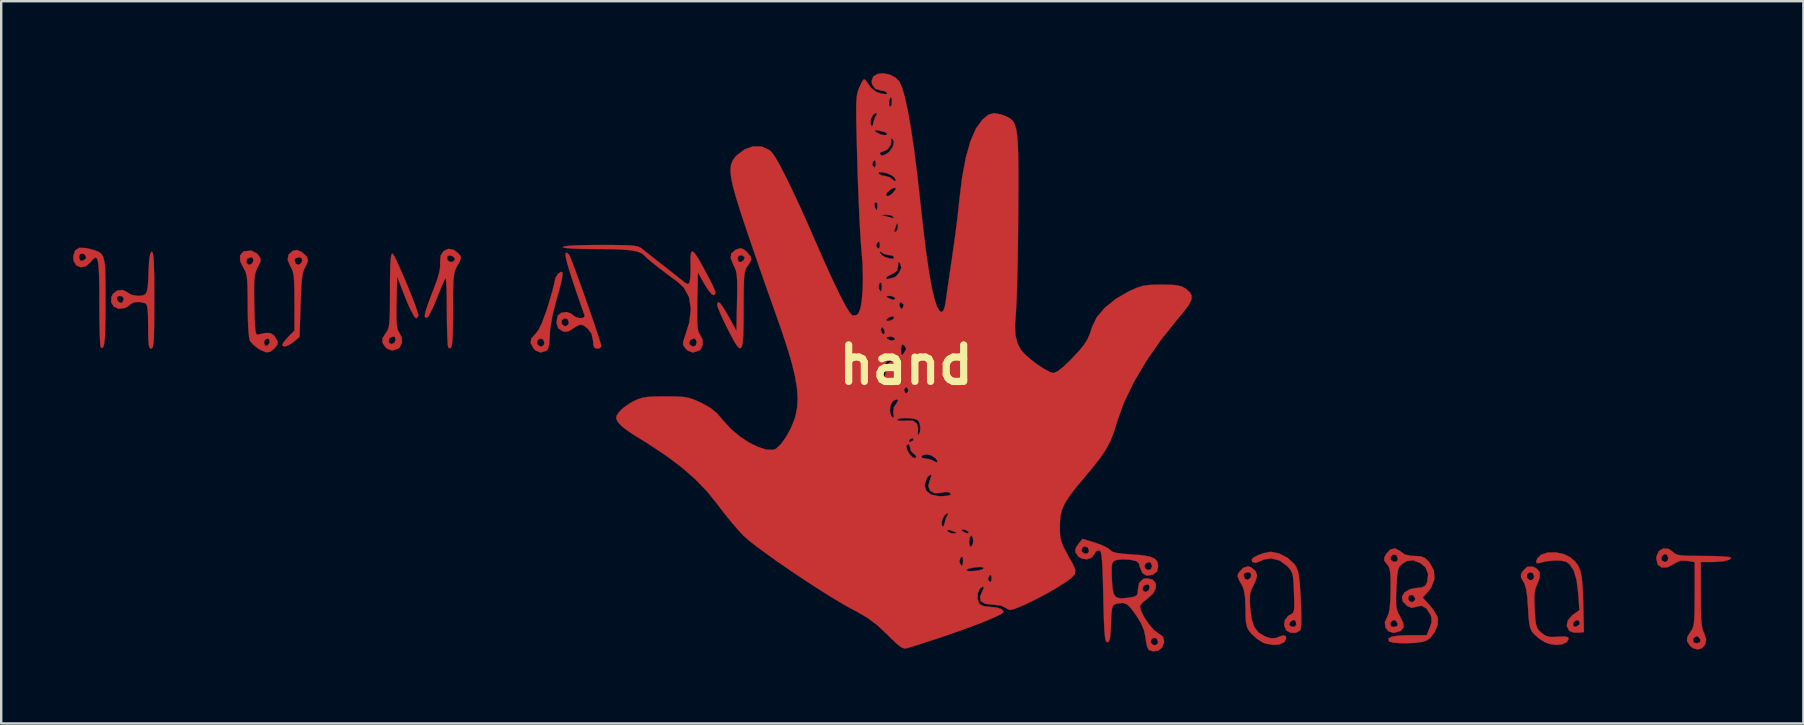
<source format=kicad_pcb>
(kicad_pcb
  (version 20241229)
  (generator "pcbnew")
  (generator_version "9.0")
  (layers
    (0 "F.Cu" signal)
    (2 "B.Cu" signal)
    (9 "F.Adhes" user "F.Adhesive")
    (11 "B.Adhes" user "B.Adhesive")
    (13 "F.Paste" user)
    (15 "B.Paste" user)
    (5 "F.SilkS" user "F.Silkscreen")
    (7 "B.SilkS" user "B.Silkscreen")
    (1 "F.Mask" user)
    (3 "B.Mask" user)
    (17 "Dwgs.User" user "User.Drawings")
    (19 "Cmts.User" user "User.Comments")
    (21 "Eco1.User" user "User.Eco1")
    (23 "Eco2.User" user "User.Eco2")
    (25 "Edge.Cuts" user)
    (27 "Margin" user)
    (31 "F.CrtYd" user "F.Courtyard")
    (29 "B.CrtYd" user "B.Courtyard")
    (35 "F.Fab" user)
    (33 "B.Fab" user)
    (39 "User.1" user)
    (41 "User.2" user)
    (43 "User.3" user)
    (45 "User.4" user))
  (footprint "hand"
    (layer "F.Cu")
    (at 34.703 12.152)
    (property "Reference" "hand" (at 0 0 0) (layer "F.SilkS") (effects (font (size 1.524 1.524) (thickness 0.3))))
    (attr through_hole)
    (fp_poly (pts (xy -14.332 -3.867) (xy -14.316 -3.761) (xy -14.357 -3.507) (xy -14.455 -3.117) (xy -14.541 -2.817) (xy -14.733 -2.086) (xy -14.833 -1.492) (xy -14.848 -1.246) (xy -14.869 -0.889) (xy -14.92 -0.676) (xy -14.986 -0.591) (xy -15.232 -0.513) (xy -15.447 -0.601) (xy -15.532 -0.696) (xy -15.624 -0.874) (xy -15.378 -0.874) (xy -15.268 -0.775) (xy -15.193 -0.762) (xy -15.094 -0.832) (xy -15.071 -0.931) (xy -15.131 -1.068) (xy -15.259 -1.097) (xy -15.367 -1.016) (xy -15.378 -0.874) (xy -15.624 -0.874) (xy -15.646 -0.918) (xy -15.621 -1.097) (xy -15.449 -1.288) (xy -15.312 -1.463) (xy -15.166 -1.767) (xy -15.002 -2.215) (xy -14.941 -2.402) (xy -14.824 -2.784) (xy -14.729 -3.116) (xy -14.667 -3.359) (xy -14.647 -3.469) (xy -14.603 -3.644) (xy -14.5 -3.798) (xy -14.383 -3.875) (xy -14.332 -3.867)) (stroke (width 0.01) (type solid)) (fill yes) (layer "F.Cu"))
    (fp_poly (pts (xy -25.178 -4.7) (xy -24.97 -4.517) (xy -24.922 -4.326) (xy -25.025 -4.093) (xy -25.031 -4.085) (xy -25.093 -3.968) (xy -25.14 -3.811) (xy -25.174 -3.585) (xy -25.2 -3.262) (xy -25.22 -2.812) (xy -25.231 -2.511) (xy -25.273 -1.17) (xy -25.511 -0.966) (xy -25.719 -0.822) (xy -25.89 -0.763) (xy -25.985 -0.801) (xy -25.993 -0.84) (xy -25.938 -0.944) (xy -25.799 -1.109) (xy -25.739 -1.172) (xy -25.485 -1.426) (xy -25.485 -2.629) (xy -25.487 -3.119) (xy -25.498 -3.471) (xy -25.519 -3.719) (xy -25.556 -3.896) (xy -25.612 -4.033) (xy -25.655 -4.108) (xy -25.765 -4.374) (xy -25.485 -4.374) (xy -25.431 -4.213) (xy -25.315 -4.168) (xy -25.2 -4.244) (xy -25.161 -4.346) (xy -25.197 -4.463) (xy -25.309 -4.487) (xy -25.45 -4.442) (xy -25.485 -4.374) (xy -25.765 -4.374) (xy -25.769 -4.385) (xy -25.728 -4.601) (xy -25.554 -4.75) (xy -25.379 -4.789) (xy -25.178 -4.7)) (stroke (width 0.01) (type solid)) (fill yes) (layer "F.Cu"))
    (fp_poly (pts (xy 27.416 7.889) (xy 27.675 8.022) (xy 27.857 8.176) (xy 27.99 8.345) (xy 28.083 8.56) (xy 28.144 8.849) (xy 28.181 9.242) (xy 28.203 9.769) (xy 28.207 9.906) (xy 28.236 11.134) (xy 27.982 11.159) (xy 27.765 11.144) (xy 27.622 11.078) (xy 27.519 10.873) (xy 27.538 10.782) (xy 27.785 10.782) (xy 27.803 10.9) (xy 27.911 10.907) (xy 28.042 10.825) (xy 28.067 10.752) (xy 28.014 10.644) (xy 27.903 10.637) (xy 27.805 10.725) (xy 27.785 10.782) (xy 27.538 10.782) (xy 27.565 10.644) (xy 27.752 10.428) (xy 27.782 10.406) (xy 28.048 10.217) (xy 27.998 9.515) (xy 27.93 8.965) (xy 27.81 8.565) (xy 27.634 8.302) (xy 27.503 8.206) (xy 27.302 8.157) (xy 27.008 8.149) (xy 26.692 8.178) (xy 26.424 8.243) (xy 26.395 8.254) (xy 26.273 8.265) (xy 26.245 8.185) (xy 26.303 8.056) (xy 26.44 7.921) (xy 26.46 7.907) (xy 26.729 7.816) (xy 27.07 7.812) (xy 27.416 7.889)) (stroke (width 0.01) (type solid)) (fill yes) (layer "F.Cu"))
    (fp_poly (pts (xy -34.188 -4.871) (xy -33.997 -4.827) (xy -33.797 -4.77) (xy -33.644 -4.711) (xy -33.531 -4.627) (xy -33.453 -4.499) (xy -33.403 -4.303) (xy -33.374 -4.018) (xy -33.362 -3.623) (xy -33.359 -3.095) (xy -33.359 -2.624) (xy -33.361 -1.967) (xy -33.371 -1.464) (xy -33.388 -1.101) (xy -33.416 -0.863) (xy -33.454 -0.735) (xy -33.505 -0.702) (xy -33.559 -0.736) (xy -33.575 -0.833) (xy -33.589 -1.074) (xy -33.6 -1.433) (xy -33.608 -1.885) (xy -33.612 -2.404) (xy -33.613 -2.591) (xy -33.615 -3.249) (xy -33.626 -3.75) (xy -33.646 -4.109) (xy -33.679 -4.34) (xy -33.729 -4.455) (xy -33.797 -4.469) (xy -33.887 -4.395) (xy -33.971 -4.289) (xy -34.176 -4.108) (xy -34.392 -4.066) (xy -34.577 -4.147) (xy -34.688 -4.337) (xy -34.696 -4.487) (xy -34.459 -4.487) (xy -34.416 -4.348) (xy -34.311 -4.334) (xy -34.185 -4.418) (xy -34.163 -4.487) (xy -34.233 -4.607) (xy -34.311 -4.641) (xy -34.431 -4.611) (xy -34.459 -4.487) (xy -34.696 -4.487) (xy -34.698 -4.537) (xy -34.624 -4.767) (xy -34.46 -4.876) (xy -34.188 -4.871)) (stroke (width 0.01) (type solid)) (fill yes) (layer "F.Cu"))
    (fp_poly (pts (xy 14.367 8.43) (xy 14.564 8.598) (xy 14.62 8.788) (xy 14.543 9.039) (xy 14.485 9.15) (xy 14.38 9.359) (xy 14.327 9.554) (xy 14.315 9.797) (xy 14.333 10.134) (xy 14.393 10.595) (xy 14.503 10.922) (xy 14.68 11.149) (xy 14.941 11.307) (xy 14.965 11.317) (xy 15.22 11.395) (xy 15.42 11.373) (xy 15.47 11.352) (xy 15.695 11.271) (xy 15.808 11.291) (xy 15.833 11.385) (xy 15.76 11.545) (xy 15.568 11.642) (xy 15.298 11.668) (xy 14.991 11.615) (xy 14.855 11.565) (xy 14.628 11.423) (xy 14.402 11.22) (xy 14.368 11.181) (xy 14.256 11.033) (xy 14.188 10.886) (xy 14.153 10.691) (xy 14.14 10.401) (xy 14.138 10.175) (xy 14.119 9.684) (xy 14.062 9.348) (xy 14.014 9.229) (xy 13.876 8.98) (xy 13.816 8.827) (xy 13.818 8.749) (xy 14.055 8.749) (xy 14.108 8.91) (xy 14.225 8.956) (xy 14.339 8.879) (xy 14.378 8.777) (xy 14.342 8.661) (xy 14.23 8.636) (xy 14.09 8.682) (xy 14.055 8.749) (xy 13.818 8.749) (xy 13.819 8.724) (xy 13.856 8.651) (xy 14.043 8.453) (xy 14.246 8.391) (xy 14.367 8.43)) (stroke (width 0.01) (type solid)) (fill yes) (layer "F.Cu"))
    (fp_poly (pts (xy 26.252 8.47) (xy 26.392 8.629) (xy 26.391 8.88) (xy 26.278 9.165) (xy 26.209 9.343) (xy 26.174 9.569) (xy 26.17 9.886) (xy 26.184 10.194) (xy 26.209 10.563) (xy 26.241 10.806) (xy 26.293 10.963) (xy 26.376 11.079) (xy 26.464 11.16) (xy 26.635 11.282) (xy 26.817 11.334) (xy 27.081 11.332) (xy 27.151 11.326) (xy 27.431 11.316) (xy 27.571 11.345) (xy 27.601 11.399) (xy 27.528 11.55) (xy 27.336 11.642) (xy 27.07 11.667) (xy 26.771 11.617) (xy 26.628 11.564) (xy 26.388 11.419) (xy 26.166 11.226) (xy 26.163 11.223) (xy 26.065 11.101) (xy 26 10.961) (xy 25.957 10.764) (xy 25.929 10.47) (xy 25.909 10.129) (xy 25.876 9.665) (xy 25.828 9.338) (xy 25.759 9.116) (xy 25.712 9.028) (xy 25.619 8.863) (xy 25.855 8.863) (xy 25.965 8.962) (xy 26.04 8.975) (xy 26.139 8.904) (xy 26.162 8.805) (xy 26.102 8.669) (xy 25.973 8.639) (xy 25.866 8.721) (xy 25.855 8.863) (xy 25.619 8.863) (xy 25.613 8.853) (xy 25.615 8.726) (xy 25.692 8.588) (xy 25.867 8.416) (xy 26.08 8.4) (xy 26.252 8.47)) (stroke (width 0.01) (type solid)) (fill yes) (layer "F.Cu"))
    (fp_poly (pts (xy -6.761 -4.81) (xy -6.642 -4.703) (xy -6.483 -4.521) (xy -6.451 -4.378) (xy -6.541 -4.208) (xy -6.604 -4.126) (xy -6.663 -4.038) (xy -6.707 -3.933) (xy -6.737 -3.782) (xy -6.757 -3.562) (xy -6.768 -3.246) (xy -6.772 -2.81) (xy -6.773 -2.294) (xy -6.776 -1.661) (xy -6.79 -1.191) (xy -6.819 -0.877) (xy -6.869 -0.712) (xy -6.947 -0.692) (xy -7.058 -0.807) (xy -7.207 -1.054) (xy -7.4 -1.424) (xy -7.45 -1.522) (xy -7.621 -1.875) (xy -7.759 -2.18) (xy -7.849 -2.402) (xy -7.874 -2.496) (xy -7.847 -2.615) (xy -7.763 -2.582) (xy -7.622 -2.395) (xy -7.42 -2.053) (xy -7.401 -2.019) (xy -7.07 -1.413) (xy -7.046 -2.633) (xy -7.038 -3.123) (xy -7.04 -3.476) (xy -7.056 -3.727) (xy -7.087 -3.908) (xy -7.138 -4.052) (xy -7.194 -4.161) (xy -7.311 -4.438) (xy -7.308 -4.459) (xy -7.027 -4.459) (xy -6.99 -4.316) (xy -6.972 -4.291) (xy -6.874 -4.285) (xy -6.769 -4.366) (xy -6.728 -4.473) (xy -6.737 -4.497) (xy -6.848 -4.568) (xy -6.974 -4.547) (xy -7.027 -4.459) (xy -7.308 -4.459) (xy -7.291 -4.635) (xy -7.129 -4.781) (xy -7.061 -4.814) (xy -6.897 -4.863) (xy -6.761 -4.81)) (stroke (width 0.01) (type solid)) (fill yes) (layer "F.Cu"))
    (fp_poly (pts (xy -21.339 -4.551) (xy -21.232 -4.341) (xy -21.093 -4.037) (xy -20.934 -3.673) (xy -20.769 -3.281) (xy -20.612 -2.893) (xy -20.477 -2.543) (xy -20.377 -2.262) (xy -20.326 -2.084) (xy -20.322 -2.053) (xy -20.386 -1.955) (xy -20.426 -1.947) (xy -20.498 -2.022) (xy -20.611 -2.223) (xy -20.748 -2.518) (xy -20.87 -2.815) (xy -21.209 -3.683) (xy -21.233 -2.592) (xy -21.239 -2.12) (xy -21.233 -1.788) (xy -21.212 -1.567) (xy -21.173 -1.429) (xy -21.127 -1.358) (xy -21.017 -1.144) (xy -21.01 -0.91) (xy -21.104 -0.723) (xy -21.161 -0.68) (xy -21.412 -0.598) (xy -21.616 -0.666) (xy -21.704 -0.748) (xy -21.824 -0.934) (xy -21.82 -0.995) (xy -21.57 -0.995) (xy -21.545 -0.927) (xy -21.436 -0.864) (xy -21.32 -0.928) (xy -21.266 -1.044) (xy -21.302 -1.165) (xy -21.367 -1.185) (xy -21.521 -1.127) (xy -21.57 -0.995) (xy -21.82 -0.995) (xy -21.812 -1.116) (xy -21.675 -1.332) (xy -21.615 -1.42) (xy -21.571 -1.528) (xy -21.54 -1.682) (xy -21.521 -1.906) (xy -21.51 -2.228) (xy -21.506 -2.674) (xy -21.505 -3.109) (xy -21.503 -3.682) (xy -21.494 -4.103) (xy -21.479 -4.391) (xy -21.455 -4.561) (xy -21.422 -4.632) (xy -21.4 -4.636) (xy -21.339 -4.551)) (stroke (width 0.01) (type solid)) (fill yes) (layer "F.Cu"))
    (fp_poly (pts (xy 15.552 7.86) (xy 15.9 8.044) (xy 16.176 8.304) (xy 16.191 8.325) (xy 16.268 8.452) (xy 16.324 8.605) (xy 16.366 8.817) (xy 16.398 9.12) (xy 16.426 9.546) (xy 16.439 9.772) (xy 16.461 10.338) (xy 16.462 10.742) (xy 16.44 10.987) (xy 16.41 11.067) (xy 16.238 11.161) (xy 16.017 11.16) (xy 15.85 11.074) (xy 15.747 10.868) (xy 15.752 10.823) (xy 15.957 10.823) (xy 15.966 10.847) (xy 16.077 10.918) (xy 16.203 10.897) (xy 16.256 10.809) (xy 16.219 10.666) (xy 16.2 10.641) (xy 16.103 10.635) (xy 15.998 10.716) (xy 15.957 10.823) (xy 15.752 10.823) (xy 15.772 10.639) (xy 15.912 10.457) (xy 15.968 10.426) (xy 16.067 10.374) (xy 16.13 10.307) (xy 16.162 10.189) (xy 16.171 9.986) (xy 16.164 9.663) (xy 16.158 9.486) (xy 16.142 9.097) (xy 16.118 8.836) (xy 16.076 8.661) (xy 16.005 8.53) (xy 15.895 8.403) (xy 15.881 8.388) (xy 15.565 8.155) (xy 15.218 8.061) (xy 14.88 8.115) (xy 14.792 8.158) (xy 14.566 8.248) (xy 14.427 8.219) (xy 14.393 8.119) (xy 14.467 8.029) (xy 14.651 7.93) (xy 14.889 7.844) (xy 15.125 7.794) (xy 15.203 7.789) (xy 15.552 7.86)) (stroke (width 0.01) (type solid)) (fill yes) (layer "F.Cu"))
    (fp_poly (pts (xy -14.066 -4.617) (xy -14.051 -4.603) (xy -14.003 -4.504) (xy -13.911 -4.273) (xy -13.784 -3.936) (xy -13.632 -3.523) (xy -13.466 -3.06) (xy -13.295 -2.576) (xy -13.128 -2.097) (xy -12.976 -1.653) (xy -12.849 -1.27) (xy -12.755 -0.976) (xy -12.705 -0.8) (xy -12.7 -0.767) (xy -12.771 -0.694) (xy -12.869 -0.677) (xy -12.985 -0.71) (xy -13.033 -0.838) (xy -13.039 -0.978) (xy -13.11 -1.302) (xy -13.246 -1.486) (xy -13.431 -1.643) (xy -13.585 -1.678) (xy -13.771 -1.591) (xy -13.887 -1.51) (xy -14.079 -1.392) (xy -14.232 -1.38) (xy -14.349 -1.423) (xy -14.504 -1.537) (xy -14.559 -1.721) (xy -14.362 -1.721) (xy -14.252 -1.621) (xy -14.177 -1.609) (xy -14.078 -1.679) (xy -14.055 -1.778) (xy -14.115 -1.914) (xy -14.243 -1.944) (xy -14.351 -1.863) (xy -14.362 -1.721) (xy -14.559 -1.721) (xy -14.56 -1.725) (xy -14.563 -1.809) (xy -14.519 -2.05) (xy -14.371 -2.172) (xy -14.143 -2.201) (xy -13.962 -2.14) (xy -13.885 -2.074) (xy -13.755 -1.987) (xy -13.588 -1.949) (xy -13.447 -1.963) (xy -13.392 -2.033) (xy -13.397 -2.053) (xy -13.665 -2.822) (xy -13.876 -3.443) (xy -14.032 -3.926) (xy -14.134 -4.28) (xy -14.186 -4.517) (xy -14.191 -4.645) (xy -14.15 -4.675) (xy -14.066 -4.617)) (stroke (width 0.01) (type solid)) (fill yes) (layer "F.Cu"))
    (fp_poly (pts (xy -18.84 -4.789) (xy -18.663 -4.65) (xy -18.569 -4.533) (xy -18.553 -4.431) (xy -18.616 -4.28) (xy -18.692 -4.146) (xy -18.759 -4.02) (xy -18.808 -3.889) (xy -18.841 -3.726) (xy -18.863 -3.502) (xy -18.875 -3.19) (xy -18.88 -2.762) (xy -18.881 -2.248) (xy -18.883 -1.667) (xy -18.893 -1.238) (xy -18.911 -0.944) (xy -18.941 -0.769) (xy -18.984 -0.694) (xy -19.043 -0.704) (xy -19.078 -0.734) (xy -19.097 -0.833) (xy -19.113 -1.073) (xy -19.125 -1.424) (xy -19.133 -1.858) (xy -19.135 -2.23) (xy -19.138 -2.697) (xy -19.146 -3.094) (xy -19.159 -3.396) (xy -19.176 -3.575) (xy -19.191 -3.613) (xy -19.244 -3.514) (xy -19.341 -3.295) (xy -19.467 -2.991) (xy -19.551 -2.78) (xy -19.69 -2.446) (xy -19.82 -2.176) (xy -19.92 -2.007) (xy -19.96 -1.968) (xy -20.036 -1.97) (xy -20.056 -2.055) (xy -20.019 -2.24) (xy -19.92 -2.543) (xy -19.755 -2.979) (xy -19.722 -3.063) (xy -19.553 -3.516) (xy -19.453 -3.851) (xy -19.413 -4.102) (xy -19.418 -4.256) (xy -19.404 -4.433) (xy -19.124 -4.433) (xy -19.106 -4.365) (xy -19.009 -4.288) (xy -18.876 -4.303) (xy -18.797 -4.396) (xy -18.796 -4.414) (xy -18.864 -4.507) (xy -19.002 -4.563) (xy -19.106 -4.544) (xy -19.124 -4.433) (xy -19.404 -4.433) (xy -19.395 -4.55) (xy -19.266 -4.749) (xy -19.069 -4.835) (xy -18.84 -4.789)) (stroke (width 0.01) (type solid)) (fill yes) (layer "F.Cu"))
    (fp_poly (pts (xy -31.398 -4.697) (xy -31.371 -4.589) (xy -31.352 -4.381) (xy -31.338 -4.058) (xy -31.33 -3.603) (xy -31.327 -3.001) (xy -31.327 -2.716) (xy -31.328 -2.069) (xy -31.332 -1.571) (xy -31.341 -1.206) (xy -31.355 -0.952) (xy -31.377 -0.793) (xy -31.406 -0.708) (xy -31.444 -0.678) (xy -31.454 -0.677) (xy -31.511 -0.704) (xy -31.548 -0.802) (xy -31.57 -0.999) (xy -31.579 -1.321) (xy -31.581 -1.6) (xy -31.585 -2.018) (xy -31.599 -2.297) (xy -31.628 -2.464) (xy -31.676 -2.55) (xy -31.715 -2.573) (xy -31.941 -2.621) (xy -32.16 -2.609) (xy -32.298 -2.542) (xy -32.304 -2.535) (xy -32.42 -2.438) (xy -32.568 -2.365) (xy -32.822 -2.337) (xy -33.018 -2.433) (xy -33.124 -2.615) (xy -33.117 -2.725) (xy -32.884 -2.725) (xy -32.802 -2.62) (xy -32.696 -2.579) (xy -32.672 -2.588) (xy -32.603 -2.705) (xy -32.597 -2.757) (xy -32.66 -2.859) (xy -32.793 -2.872) (xy -32.878 -2.823) (xy -32.884 -2.725) (xy -33.117 -2.725) (xy -33.109 -2.842) (xy -33.048 -2.958) (xy -32.865 -3.099) (xy -32.639 -3.122) (xy -32.443 -3.023) (xy -32.427 -3.006) (xy -32.271 -2.919) (xy -32.024 -2.879) (xy -31.995 -2.879) (xy -31.83 -2.887) (xy -31.716 -2.929) (xy -31.643 -3.032) (xy -31.6 -3.223) (xy -31.576 -3.53) (xy -31.56 -3.973) (xy -31.535 -4.386) (xy -31.49 -4.635) (xy -31.433 -4.72) (xy -31.398 -4.697)) (stroke (width 0.01) (type solid)) (fill yes) (layer "F.Cu"))
    (fp_poly (pts (xy -27.046 -4.64) (xy -26.967 -4.547) (xy -26.898 -4.416) (xy -26.91 -4.282) (xy -27.011 -4.077) (xy -27.014 -4.07) (xy -27.081 -3.936) (xy -27.126 -3.789) (xy -27.153 -3.597) (xy -27.166 -3.329) (xy -27.167 -2.951) (xy -27.16 -2.498) (xy -27.148 -2.003) (xy -27.133 -1.655) (xy -27.113 -1.431) (xy -27.083 -1.307) (xy -27.042 -1.261) (xy -27.009 -1.261) (xy -26.696 -1.33) (xy -26.494 -1.326) (xy -26.358 -1.246) (xy -26.299 -1.175) (xy -26.186 -0.986) (xy -26.188 -0.852) (xy -26.308 -0.7) (xy -26.331 -0.677) (xy -26.5 -0.545) (xy -26.665 -0.524) (xy -26.883 -0.615) (xy -26.982 -0.673) (xy -27.188 -0.829) (xy -27.274 -0.924) (xy -26.755 -0.924) (xy -26.71 -0.8) (xy -26.616 -0.797) (xy -26.531 -0.906) (xy -26.516 -0.96) (xy -26.552 -1.08) (xy -26.621 -1.101) (xy -26.731 -1.029) (xy -26.755 -0.924) (xy -27.274 -0.924) (xy -27.333 -0.99) (xy -27.342 -1.006) (xy -27.376 -1.154) (xy -27.404 -1.443) (xy -27.423 -1.843) (xy -27.432 -2.326) (xy -27.433 -2.471) (xy -27.435 -2.978) (xy -27.444 -3.346) (xy -27.462 -3.606) (xy -27.494 -3.787) (xy -27.542 -3.92) (xy -27.601 -4.022) (xy -27.735 -4.297) (xy -27.496 -4.297) (xy -27.472 -4.229) (xy -27.363 -4.166) (xy -27.247 -4.23) (xy -27.193 -4.346) (xy -27.228 -4.467) (xy -27.294 -4.487) (xy -27.448 -4.429) (xy -27.496 -4.297) (xy -27.735 -4.297) (xy -27.743 -4.314) (xy -27.755 -4.55) (xy -27.636 -4.707) (xy -27.583 -4.731) (xy -27.29 -4.765) (xy -27.046 -4.64)) (stroke (width 0.01) (type solid)) (fill yes) (layer "F.Cu"))
    (fp_poly (pts (xy 31.753 7.659) (xy 31.922 7.773) (xy 32.003 7.848) (xy 32.103 7.9) (xy 32.251 7.932) (xy 32.479 7.95) (xy 32.818 7.957) (xy 33.235 7.959) (xy 33.652 7.964) (xy 34.001 7.978) (xy 34.25 8) (xy 34.369 8.026) (xy 34.375 8.033) (xy 34.294 8.119) (xy 34.065 8.179) (xy 33.707 8.209) (xy 33.549 8.212) (xy 33.105 8.213) (xy 33.105 9.575) (xy 33.108 10.112) (xy 33.118 10.507) (xy 33.138 10.789) (xy 33.171 10.986) (xy 33.219 11.125) (xy 33.247 11.18) (xy 33.33 11.433) (xy 33.289 11.65) (xy 33.159 11.801) (xy 32.973 11.859) (xy 32.763 11.794) (xy 32.652 11.698) (xy 32.532 11.512) (xy 32.536 11.451) (xy 32.782 11.451) (xy 32.812 11.571) (xy 32.935 11.599) (xy 33.074 11.556) (xy 33.089 11.451) (xy 33.005 11.325) (xy 32.935 11.303) (xy 32.816 11.373) (xy 32.782 11.451) (xy 32.536 11.451) (xy 32.544 11.33) (xy 32.681 11.114) (xy 32.746 11.018) (xy 32.792 10.9) (xy 32.822 10.732) (xy 32.84 10.485) (xy 32.848 10.13) (xy 32.851 9.639) (xy 32.851 9.56) (xy 32.851 8.22) (xy 32.547 8.163) (xy 32.28 8.151) (xy 32.052 8.25) (xy 32 8.287) (xy 31.716 8.435) (xy 31.48 8.444) (xy 31.316 8.326) (xy 31.267 8.147) (xy 31.468 8.147) (xy 31.608 8.212) (xy 31.637 8.213) (xy 31.729 8.142) (xy 31.75 8.043) (xy 31.694 7.906) (xy 31.576 7.882) (xy 31.472 7.984) (xy 31.469 7.993) (xy 31.468 8.147) (xy 31.267 8.147) (xy 31.252 8.09) (xy 31.257 7.987) (xy 31.351 7.763) (xy 31.534 7.648) (xy 31.753 7.659)) (stroke (width 0.01) (type solid)) (fill yes) (layer "F.Cu"))
    (fp_poly (pts (xy -12.194 -4.994) (xy -11.781 -4.988) (xy -11.487 -4.976) (xy -11.284 -4.954) (xy -11.147 -4.921) (xy -11.051 -4.873) (xy -10.993 -4.829) (xy -10.831 -4.698) (xy -10.584 -4.502) (xy -10.299 -4.28) (xy -10.245 -4.237) (xy -9.936 -3.997) (xy -9.635 -3.759) (xy -9.401 -3.572) (xy -9.383 -3.557) (xy -9.193 -3.409) (xy -9.092 -3.363) (xy -9.04 -3.409) (xy -9.02 -3.462) (xy -8.993 -3.636) (xy -8.98 -3.905) (xy -8.982 -4.076) (xy -8.985 -4.438) (xy -8.965 -4.658) (xy -8.913 -4.735) (xy -8.818 -4.665) (xy -8.672 -4.448) (xy -8.464 -4.08) (xy -8.394 -3.951) (xy -8.18 -3.549) (xy -8.039 -3.27) (xy -7.964 -3.089) (xy -7.946 -2.983) (xy -7.975 -2.927) (xy -8.018 -2.905) (xy -8.109 -2.953) (xy -8.246 -3.119) (xy -8.399 -3.36) (xy -8.678 -3.852) (xy -8.702 -2.634) (xy -8.708 -2.134) (xy -8.704 -1.777) (xy -8.687 -1.534) (xy -8.655 -1.379) (xy -8.606 -1.284) (xy -8.596 -1.273) (xy -8.486 -1.059) (xy -8.479 -0.825) (xy -8.573 -0.638) (xy -8.63 -0.596) (xy -8.878 -0.514) (xy -9.082 -0.582) (xy -9.19 -0.682) (xy -9.29 -0.823) (xy -9.292 -0.91) (xy -9.04 -0.91) (xy -9.017 -0.847) (xy -8.894 -0.763) (xy -8.77 -0.805) (xy -8.721 -0.931) (xy -8.771 -1.069) (xy -8.843 -1.101) (xy -8.992 -1.042) (xy -9.04 -0.91) (xy -9.292 -0.91) (xy -9.293 -0.968) (xy -9.238 -1.126) (xy -9.035 -1.769) (xy -8.971 -2.336) (xy -9.047 -2.821) (xy -9.261 -3.217) (xy -9.503 -3.446) (xy -9.947 -3.775) (xy -10.331 -4.067) (xy -10.631 -4.306) (xy -10.828 -4.475) (xy -10.887 -4.535) (xy -11.002 -4.638) (xy -11.176 -4.715) (xy -11.43 -4.769) (xy -11.788 -4.803) (xy -12.271 -4.821) (xy -12.875 -4.826) (xy -13.435 -4.831) (xy -13.867 -4.845) (xy -14.159 -4.868) (xy -14.298 -4.898) (xy -14.309 -4.911) (xy -14.226 -4.943) (xy -13.985 -4.968) (xy -13.597 -4.985) (xy -13.072 -4.994) (xy -12.75 -4.995) (xy -12.194 -4.994)) (stroke (width 0.01) (type solid)) (fill yes) (layer "F.Cu"))
    (fp_poly (pts (xy 20.589 7.761) (xy 20.613 7.786) (xy 20.784 7.906) (xy 21.042 7.955) (xy 21.172 7.959) (xy 21.443 7.976) (xy 21.622 8.049) (xy 21.787 8.211) (xy 21.794 8.219) (xy 21.984 8.56) (xy 22.011 8.92) (xy 21.877 9.272) (xy 21.767 9.417) (xy 21.522 9.692) (xy 21.808 10.008) (xy 21.99 10.243) (xy 22.121 10.472) (xy 22.151 10.555) (xy 22.144 10.824) (xy 22.028 11.119) (xy 21.836 11.373) (xy 21.675 11.49) (xy 21.488 11.544) (xy 21.209 11.579) (xy 20.885 11.596) (xy 20.565 11.593) (xy 20.297 11.57) (xy 20.13 11.528) (xy 20.102 11.505) (xy 20.095 11.397) (xy 20.232 11.322) (xy 20.52 11.277) (xy 20.969 11.262) (xy 20.98 11.262) (xy 21.683 11.261) (xy 21.812 10.953) (xy 21.89 10.709) (xy 21.878 10.511) (xy 21.838 10.4) (xy 21.674 10.144) (xy 21.467 10.035) (xy 21.246 10.078) (xy 21.071 10.125) (xy 20.883 10.049) (xy 20.865 10.037) (xy 20.686 9.852) (xy 20.669 9.74) (xy 20.912 9.74) (xy 20.971 9.851) (xy 21.093 9.886) (xy 21.193 9.802) (xy 21.209 9.731) (xy 21.139 9.616) (xy 21.061 9.583) (xy 20.942 9.62) (xy 20.912 9.74) (xy 20.669 9.74) (xy 20.656 9.656) (xy 20.761 9.479) (xy 20.984 9.348) (xy 21.25 9.296) (xy 21.497 9.265) (xy 21.631 9.192) (xy 21.706 9.05) (xy 21.746 8.724) (xy 21.64 8.443) (xy 21.424 8.257) (xy 21.123 8.145) (xy 20.872 8.168) (xy 20.668 8.288) (xy 20.574 8.374) (xy 20.511 8.485) (xy 20.471 8.657) (xy 20.444 8.928) (xy 20.424 9.297) (xy 20.408 9.7) (xy 20.412 9.978) (xy 20.439 10.174) (xy 20.496 10.333) (xy 20.563 10.457) (xy 20.703 10.733) (xy 20.729 10.919) (xy 20.642 11.048) (xy 20.566 11.096) (xy 20.306 11.165) (xy 20.094 11.103) (xy 19.963 10.943) (xy 19.949 10.774) (xy 20.167 10.774) (xy 20.196 10.894) (xy 20.32 10.922) (xy 20.459 10.879) (xy 20.473 10.774) (xy 20.39 10.648) (xy 20.32 10.626) (xy 20.2 10.696) (xy 20.167 10.774) (xy 19.949 10.774) (xy 19.944 10.719) (xy 20.027 10.525) (xy 20.097 10.373) (xy 20.143 10.152) (xy 20.17 9.827) (xy 20.182 9.395) (xy 20.183 8.98) (xy 20.172 8.697) (xy 20.143 8.511) (xy 20.091 8.385) (xy 20.026 8.301) (xy 19.917 8.154) (xy 19.919 8.026) (xy 19.931 8.003) (xy 20.181 8.003) (xy 20.188 8.121) (xy 20.305 8.205) (xy 20.432 8.19) (xy 20.489 8.091) (xy 20.433 7.943) (xy 20.397 7.912) (xy 20.27 7.908) (xy 20.181 8.003) (xy 19.931 8.003) (xy 19.987 7.889) (xy 20.167 7.691) (xy 20.378 7.646) (xy 20.589 7.761)) (stroke (width 0.01) (type solid)) (fill yes) (layer "F.Cu"))
    (fp_poly (pts (xy 7.869 7.407) (xy 8.158 7.511) (xy 8.387 7.623) (xy 8.494 7.707) (xy 8.59 7.782) (xy 8.773 7.835) (xy 9.074 7.873) (xy 9.361 7.892) (xy 9.833 7.93) (xy 10.159 7.988) (xy 10.363 8.077) (xy 10.469 8.206) (xy 10.499 8.386) (xy 10.499 8.387) (xy 10.452 8.604) (xy 10.285 8.737) (xy 10.28 8.739) (xy 10.03 8.786) (xy 9.845 8.68) (xy 9.739 8.43) (xy 9.736 8.415) (xy 9.732 8.403) (xy 9.926 8.403) (xy 9.948 8.467) (xy 10.071 8.551) (xy 10.196 8.508) (xy 10.245 8.382) (xy 10.194 8.245) (xy 10.123 8.213) (xy 9.974 8.271) (xy 9.926 8.403) (xy 9.732 8.403) (xy 9.689 8.259) (xy 9.584 8.175) (xy 9.372 8.127) (xy 9.313 8.118) (xy 9.033 8.102) (xy 8.794 8.123) (xy 8.738 8.139) (xy 8.643 8.185) (xy 8.587 8.263) (xy 8.563 8.408) (xy 8.562 8.66) (xy 8.569 8.901) (xy 8.594 9.298) (xy 8.65 9.551) (xy 8.759 9.686) (xy 8.943 9.729) (xy 9.223 9.706) (xy 9.257 9.701) (xy 9.496 9.657) (xy 9.612 9.594) (xy 9.649 9.476) (xy 9.652 9.367) (xy 9.658 9.335) (xy 9.842 9.335) (xy 9.866 9.402) (xy 9.975 9.465) (xy 10.091 9.402) (xy 10.145 9.285) (xy 10.11 9.165) (xy 10.044 9.144) (xy 9.89 9.202) (xy 9.842 9.335) (xy 9.658 9.335) (xy 9.705 9.079) (xy 9.864 8.921) (xy 10.033 8.89) (xy 10.273 8.947) (xy 10.397 9.094) (xy 10.402 9.297) (xy 10.288 9.522) (xy 10.079 9.716) (xy 9.88 9.875) (xy 9.758 10.016) (xy 9.74 10.065) (xy 9.791 10.264) (xy 9.927 10.528) (xy 10.114 10.802) (xy 10.313 11.035) (xy 10.489 11.172) (xy 10.499 11.176) (xy 10.702 11.324) (xy 10.749 11.536) (xy 10.665 11.774) (xy 10.513 11.902) (xy 10.293 11.935) (xy 10.108 11.873) (xy 10.047 11.759) (xy 9.994 11.536) (xy 9.986 11.475) (xy 10.19 11.475) (xy 10.198 11.592) (xy 10.314 11.676) (xy 10.441 11.662) (xy 10.499 11.562) (xy 10.442 11.415) (xy 10.407 11.383) (xy 10.28 11.379) (xy 10.19 11.475) (xy 9.986 11.475) (xy 9.974 11.382) (xy 9.914 11.068) (xy 9.78 10.756) (xy 9.578 10.43) (xy 9.368 10.141) (xy 9.199 9.977) (xy 9.032 9.918) (xy 8.826 9.938) (xy 8.745 9.959) (xy 8.656 9.995) (xy 8.599 10.069) (xy 8.565 10.216) (xy 8.545 10.469) (xy 8.533 10.783) (xy 8.516 11.16) (xy 8.49 11.397) (xy 8.449 11.519) (xy 8.387 11.557) (xy 8.382 11.557) (xy 8.34 11.536) (xy 8.306 11.458) (xy 8.28 11.306) (xy 8.259 11.059) (xy 8.242 10.698) (xy 8.226 10.203) (xy 8.213 9.653) (xy 8.198 9.031) (xy 8.182 8.558) (xy 8.165 8.214) (xy 8.144 7.979) (xy 8.117 7.832) (xy 8.083 7.754) (xy 8.039 7.724) (xy 8.033 7.723) (xy 7.901 7.771) (xy 7.852 7.866) (xy 7.734 8.029) (xy 7.531 8.101) (xy 7.307 8.069) (xy 7.193 7.998) (xy 7.053 7.821) (xy 7.054 7.735) (xy 7.303 7.735) (xy 7.319 7.782) (xy 7.435 7.866) (xy 7.562 7.852) (xy 7.62 7.752) (xy 7.564 7.605) (xy 7.439 7.558) (xy 7.349 7.603) (xy 7.303 7.735) (xy 7.054 7.735) (xy 7.056 7.646) (xy 7.186 7.443) (xy 7.344 7.248) (xy 7.869 7.407)) (stroke (width 0.01) (type solid)) (fill yes) (layer "F.Cu"))
    (fp_poly (pts (xy -0.693 -12.098) (xy -0.449 -11.974) (xy -0.281 -11.8) (xy -0.169 -11.549) (xy -0.051 -11.138) (xy 0.071 -10.573) (xy 0.196 -9.863) (xy 0.322 -9.016) (xy 0.447 -8.039) (xy 0.571 -6.94) (xy 0.593 -6.731) (xy 0.716 -5.614) (xy 0.835 -4.662) (xy 0.95 -3.871) (xy 1.063 -3.238) (xy 1.175 -2.759) (xy 1.285 -2.43) (xy 1.395 -2.246) (xy 1.484 -2.201) (xy 1.563 -2.282) (xy 1.627 -2.507) (xy 1.649 -2.646) (xy 1.681 -2.886) (xy 1.733 -3.251) (xy 1.798 -3.702) (xy 1.871 -4.195) (xy 1.909 -4.445) (xy 1.989 -5.005) (xy 2.069 -5.603) (xy 2.14 -6.174) (xy 2.194 -6.659) (xy 2.205 -6.773) (xy 2.327 -7.786) (xy 2.484 -8.635) (xy 2.678 -9.322) (xy 2.908 -9.849) (xy 3.175 -10.218) (xy 3.18 -10.223) (xy 3.426 -10.422) (xy 3.667 -10.489) (xy 3.958 -10.433) (xy 4.112 -10.375) (xy 4.249 -10.313) (xy 4.362 -10.243) (xy 4.455 -10.149) (xy 4.527 -10.015) (xy 4.583 -9.827) (xy 4.623 -9.568) (xy 4.65 -9.224) (xy 4.667 -8.778) (xy 4.674 -8.216) (xy 4.675 -7.523) (xy 4.671 -6.682) (xy 4.668 -6.265) (xy 4.661 -5.493) (xy 4.651 -4.743) (xy 4.638 -4.04) (xy 4.622 -3.407) (xy 4.606 -2.869) (xy 4.588 -2.45) (xy 4.57 -2.173) (xy 4.568 -2.151) (xy 4.534 -1.633) (xy 4.553 -1.236) (xy 4.632 -0.917) (xy 4.776 -0.635) (xy 4.785 -0.621) (xy 4.941 -0.444) (xy 5.182 -0.232) (xy 5.467 -0.018) (xy 5.751 0.169) (xy 5.992 0.298) (xy 6.134 0.339) (xy 6.304 0.27) (xy 6.56 0.071) (xy 6.873 -0.233) (xy 7.181 -0.561) (xy 7.395 -0.818) (xy 7.543 -1.048) (xy 7.653 -1.294) (xy 7.753 -1.602) (xy 7.755 -1.609) (xy 7.947 -1.995) (xy 8.28 -2.383) (xy 8.729 -2.746) (xy 9.269 -3.061) (xy 9.313 -3.082) (xy 9.603 -3.211) (xy 9.849 -3.29) (xy 10.112 -3.33) (xy 10.456 -3.343) (xy 10.64 -3.344) (xy 11.031 -3.338) (xy 11.296 -3.316) (xy 11.48 -3.268) (xy 11.626 -3.188) (xy 11.656 -3.167) (xy 11.82 -3.023) (xy 11.897 -2.88) (xy 11.883 -2.711) (xy 11.769 -2.491) (xy 11.548 -2.196) (xy 11.299 -1.898) (xy 10.612 -1.039) (xy 10.002 -0.158) (xy 9.485 0.717) (xy 9.077 1.558) (xy 8.795 2.338) (xy 8.782 2.384) (xy 8.652 2.807) (xy 8.509 3.169) (xy 8.331 3.508) (xy 8.096 3.86) (xy 7.781 4.264) (xy 7.452 4.657) (xy 7.074 5.109) (xy 6.798 5.47) (xy 6.608 5.77) (xy 6.49 6.039) (xy 6.427 6.309) (xy 6.404 6.609) (xy 6.403 6.731) (xy 6.406 6.993) (xy 6.426 7.202) (xy 6.477 7.397) (xy 6.572 7.62) (xy 6.725 7.91) (xy 6.94 8.289) (xy 7.045 8.534) (xy 7.032 8.71) (xy 7.024 8.727) (xy 6.898 8.86) (xy 6.65 9.046) (xy 6.308 9.266) (xy 5.903 9.502) (xy 5.466 9.735) (xy 5.027 9.947) (xy 5.016 9.953) (xy 4.681 10.101) (xy 4.463 10.184) (xy 4.326 10.209) (xy 4.233 10.184) (xy 4.162 10.13) (xy 3.949 10.029) (xy 3.629 9.991) (xy 3.623 9.991) (xy 3.289 9.954) (xy 3.107 9.844) (xy 3.077 9.66) (xy 3.153 9.474) (xy 3.233 9.294) (xy 3.213 9.229) (xy 3.102 9.295) (xy 3.065 9.33) (xy 2.98 9.514) (xy 2.974 9.752) (xy 3.046 9.951) (xy 3.065 9.974) (xy 3.218 10.047) (xy 3.425 10.076) (xy 3.752 10.104) (xy 3.975 10.174) (xy 4.064 10.279) (xy 4.064 10.287) (xy 3.986 10.361) (xy 3.765 10.477) (xy 3.42 10.628) (xy 2.969 10.808) (xy 2.431 11.008) (xy 1.825 11.222) (xy 1.17 11.443) (xy 0.485 11.664) (xy 0.021 11.807) (xy -0.086 11.815) (xy -0.213 11.761) (xy -0.385 11.627) (xy -0.631 11.394) (xy -0.783 11.241) (xy -1.189 10.858) (xy -1.586 10.557) (xy -2.051 10.283) (xy -2.189 10.211) (xy -2.579 9.997) (xy -3.055 9.714) (xy -3.59 9.38) (xy -4.158 9.012) (xy -4.306 8.914) (xy 3.409 8.914) (xy 3.424 8.967) (xy 3.508 9.054) (xy 3.55 8.977) (xy 3.556 8.873) (xy 3.535 8.75) (xy 3.464 8.779) (xy 3.462 8.781) (xy 3.409 8.914) (xy -4.306 8.914) (xy -4.733 8.629) (xy -4.827 8.565) (xy 2.506 8.565) (xy 2.605 8.593) (xy 2.798 8.59) (xy 3.012 8.563) (xy 3.175 8.518) (xy 3.21 8.498) (xy 3.22 8.438) (xy 3.081 8.419) (xy 2.815 8.441) (xy 2.609 8.485) (xy 2.507 8.542) (xy 2.506 8.565) (xy -4.827 8.565) (xy -5.289 8.248) (xy -5.392 8.175) (xy 2.217 8.175) (xy 2.23 8.249) (xy 2.302 8.372) (xy 2.353 8.333) (xy 2.371 8.153) (xy 2.354 8.003) (xy 2.294 8.003) (xy 2.275 8.021) (xy 2.217 8.175) (xy -5.392 8.175) (xy -5.8 7.885) (xy -6.24 7.56) (xy -6.479 7.371) (xy 2.625 7.371) (xy 2.648 7.54) (xy 2.706 7.579) (xy 2.709 7.578) (xy 2.775 7.461) (xy 2.794 7.319) (xy 2.764 7.162) (xy 2.709 7.112) (xy 2.65 7.186) (xy 2.625 7.364) (xy 2.625 7.371) (xy -6.479 7.371) (xy -6.583 7.289) (xy -6.778 7.114) (xy -6.984 6.893) (xy 1.716 6.893) (xy 1.736 6.943) (xy 1.853 7.008) (xy 1.973 7.021) (xy 2.103 7.011) (xy 2.069 6.978) (xy 1.99 6.943) (xy 1.79 6.873) (xy 2.292 6.873) (xy 2.354 6.932) (xy 2.371 6.943) (xy 2.526 7.017) (xy 2.6 7.005) (xy 2.582 6.943) (xy 2.462 6.869) (xy 2.387 6.859) (xy 2.292 6.873) (xy 1.79 6.873) (xy 1.783 6.871) (xy 1.716 6.893) (xy -6.984 6.893) (xy -7.032 6.842) (xy -7.239 6.599) (xy 1.472 6.599) (xy 1.493 6.702) (xy 1.553 6.745) (xy 1.591 6.633) (xy 1.596 6.604) (xy 1.652 6.397) (xy 1.712 6.287) (xy 1.75 6.195) (xy 1.718 6.181) (xy 1.608 6.252) (xy 1.515 6.417) (xy 1.472 6.599) (xy -7.239 6.599) (xy -7.336 6.484) (xy -7.646 6.097) (xy -7.826 5.858) (xy -8.268 5.304) (xy -8.542 5.017) (xy 0.769 5.017) (xy 0.838 5.245) (xy 1.042 5.403) (xy 1.367 5.471) (xy 1.471 5.472) (xy 1.702 5.454) (xy 1.842 5.421) (xy 1.862 5.402) (xy 1.794 5.305) (xy 1.6 5.297) (xy 1.457 5.329) (xy 1.179 5.348) (xy 0.992 5.242) (xy 0.922 5.043) (xy 0.992 4.78) (xy 1.001 4.763) (xy 1.055 4.617) (xy 1.022 4.572) (xy 0.919 4.638) (xy 0.85 4.736) (xy 0.769 5.017) (xy -8.542 5.017) (xy -8.761 4.788) (xy -9.329 4.288) (xy -9.996 3.786) (xy -10.786 3.261) (xy -11.328 2.928) (xy -11.613 2.74) (xy -11.852 2.551) (xy -11.995 2.402) (xy -11.997 2.4) (xy -12.081 2.245) (xy -12.068 2.122) (xy -11.963 1.964) (xy -11.788 1.793) (xy -11.531 1.61) (xy -11.381 1.525) (xy -11.177 1.429) (xy -10.981 1.367) (xy -10.749 1.331) (xy -10.434 1.316) (xy -10.035 1.312) (xy -9.611 1.316) (xy -9.307 1.332) (xy -9.071 1.37) (xy -8.854 1.439) (xy -8.607 1.547) (xy -8.545 1.576) (xy -8.166 1.784) (xy -7.874 2.024) (xy -7.613 2.329) (xy -7.308 2.665) (xy -6.946 2.97) (xy -6.558 3.227) (xy -6.174 3.418) (xy -5.826 3.528) (xy -5.545 3.539) (xy -5.426 3.496) (xy -5.283 3.362) (xy 0.007 3.362) (xy 0.029 3.516) (xy 0.132 3.706) (xy 0.266 3.851) (xy 0.377 3.894) (xy 0.423 3.82) (xy 0.423 3.819) (xy 0.417 3.81) (xy 0.635 3.81) (xy 0.663 3.875) (xy 0.778 3.896) (xy 0.992 3.932) (xy 1.101 3.979) (xy 1.263 4.059) (xy 1.315 4.03) (xy 1.238 3.906) (xy 1.228 3.895) (xy 1.047 3.771) (xy 0.838 3.727) (xy 0.672 3.771) (xy 0.635 3.81) (xy 0.417 3.81) (xy 0.356 3.727) (xy 0.296 3.695) (xy 0.192 3.58) (xy 0.169 3.474) (xy 0.134 3.335) (xy 0.085 3.302) (xy 0.007 3.362) (xy -5.283 3.362) (xy -5.218 3.302) (xy -5.098 3.133) (xy 0.127 3.133) (xy 0.131 3.211) (xy 0.159 3.217) (xy 0.279 3.156) (xy 0.296 3.133) (xy 0.292 3.055) (xy 0.264 3.048) (xy 0.144 3.11) (xy 0.127 3.133) (xy -5.098 3.133) (xy -4.999 2.994) (xy -4.797 2.623) (xy -4.666 2.297) (xy -0.374 2.297) (xy -0.269 2.333) (xy -0.067 2.328) (xy -0.012 2.32) (xy 0.278 2.326) (xy 0.451 2.447) (xy 0.498 2.673) (xy 0.488 2.749) (xy 0.482 2.888) (xy 0.52 2.913) (xy 0.573 2.805) (xy 0.593 2.63) (xy 0.556 2.422) (xy 0.481 2.299) (xy 0.355 2.251) (xy 0.153 2.223) (xy -0.071 2.217) (xy -0.264 2.232) (xy -0.371 2.268) (xy -0.374 2.297) (xy -4.666 2.297) (xy -4.643 2.24) (xy -4.608 2.117) (xy -4.567 1.901) (xy -0.677 1.901) (xy -0.643 2.089) (xy -0.56 2.195) (xy -0.527 2.201) (xy -0.516 2.132) (xy -0.539 2.004) (xy -0.518 1.767) (xy -0.418 1.623) (xy -0.336 1.488) (xy -0.374 1.431) (xy -0.493 1.472) (xy -0.576 1.541) (xy -0.656 1.697) (xy -0.677 1.901) (xy -4.567 1.901) (xy -4.541 1.767) (xy -4.52 1.391) (xy -4.542 1.058) (xy -0.085 1.058) (xy -0.039 1.171) (xy 0 1.185) (xy 0.075 1.117) (xy 0.085 1.058) (xy 0.039 0.946) (xy 0 0.931) (xy -0.075 1) (xy -0.085 1.058) (xy -4.542 1.058) (xy -4.548 0.971) (xy -4.608 0.611) (xy -0.688 0.611) (xy -0.566 0.673) (xy -0.466 0.702) (xy -0.264 0.745) (xy -0.19 0.74) (xy -0.206 0.687) (xy -0.315 0.623) (xy -0.51 0.574) (xy -0.672 0.57) (xy -0.688 0.611) (xy -4.608 0.611) (xy -4.629 0.487) (xy -4.676 0.294) (xy -0.98 0.294) (xy -0.966 0.356) (xy -0.919 0.477) (xy -0.886 0.457) (xy -0.845 0.289) (xy -0.787 0.072) (xy -0.728 -0.071) (xy -0.601 -0.154) (xy -0.503 -0.169) (xy -0.368 -0.201) (xy -0.339 -0.242) (xy -0.409 -0.282) (xy -0.555 -0.274) (xy -0.791 -0.158) (xy -0.945 0.05) (xy -0.98 0.294) (xy -4.676 0.294) (xy -4.766 -0.079) (xy -4.928 -0.626) (xy -0.212 -0.626) (xy -0.204 -0.444) (xy -0.17 -0.408) (xy -0.106 -0.48) (xy -0.02 -0.623) (xy 0 -0.683) (xy -0.057 -0.782) (xy -0.106 -0.829) (xy -0.178 -0.851) (xy -0.208 -0.74) (xy -0.212 -0.626) (xy -4.928 -0.626) (xy -4.964 -0.747) (xy -5.081 -1.101) (xy -0.804 -1.101) (xy -0.685 -1.03) (xy -0.583 -1.016) (xy -0.469 -1.049) (xy -0.466 -1.101) (xy -0.585 -1.171) (xy -0.687 -1.185) (xy -0.801 -1.152) (xy -0.804 -1.101) (xy -5.081 -1.101) (xy -5.202 -1.462) (xy -1.057 -1.462) (xy -1.015 -1.331) (xy -0.93 -1.27) (xy -0.894 -1.338) (xy -0.907 -1.438) (xy -0.97 -1.555) (xy -1.022 -1.563) (xy -1.057 -1.462) (xy -5.202 -1.462) (xy -5.226 -1.535) (xy -5.354 -1.897) (xy -0.836 -1.897) (xy -0.815 -1.833) (xy -0.677 -1.838) (xy -0.54 -1.905) (xy -0.508 -1.957) (xy -0.53 -2.024) (xy -0.632 -2.01) (xy -0.713 -1.981) (xy -0.836 -1.897) (xy -5.354 -1.897) (xy -5.473 -2.234) (xy -5.674 -2.799) (xy -5.911 -3.471) (xy -6.163 -4.197) (xy -6.413 -4.922) (xy -6.642 -5.594) (xy -6.668 -5.673) (xy -6.909 -6.399) (xy -7.092 -6.986) (xy -7.22 -7.453) (xy -7.295 -7.82) (xy -7.321 -8.105) (xy -7.299 -8.327) (xy -7.232 -8.507) (xy -7.124 -8.662) (xy -7.077 -8.713) (xy -6.74 -8.974) (xy -6.376 -9.103) (xy -6.018 -9.098) (xy -5.703 -8.954) (xy -5.604 -8.864) (xy -5.469 -8.676) (xy -5.278 -8.345) (xy -5.039 -7.885) (xy -4.758 -7.309) (xy -4.441 -6.632) (xy -4.097 -5.868) (xy -3.808 -5.207) (xy -3.405 -4.29) (xy -3.06 -3.531) (xy -2.771 -2.93) (xy -2.539 -2.485) (xy -2.363 -2.197) (xy -2.242 -2.064) (xy -2.229 -2.057) (xy -2.069 -2.075) (xy -1.984 -2.152) (xy -1.907 -2.35) (xy -1.869 -2.57) (xy -0.285 -2.57) (xy -0.277 -2.45) (xy -0.212 -2.335) (xy -0.148 -2.358) (xy -0.107 -2.489) (xy -0.122 -2.533) (xy -0.224 -2.624) (xy -0.285 -2.57) (xy -1.869 -2.57) (xy -1.85 -2.683) (xy -1.835 -2.864) (xy -0.824 -2.864) (xy -0.79 -2.813) (xy -0.762 -2.794) (xy -0.605 -2.724) (xy -0.485 -2.719) (xy -0.457 -2.777) (xy -0.466 -2.794) (xy -0.584 -2.862) (xy -0.703 -2.877) (xy -0.824 -2.864) (xy -1.835 -2.864) (xy -1.814 -3.118) (xy -1.81 -3.273) (xy -1.152 -3.273) (xy -1.137 -3.189) (xy -1.069 -3.061) (xy -1.028 -3.1) (xy -1.016 -3.277) (xy -1.037 -3.428) (xy -1.101 -3.42) (xy -1.103 -3.418) (xy -1.152 -3.273) (xy -1.81 -3.273) (xy -1.802 -3.613) (xy -0.847 -3.613) (xy -0.784 -3.574) (xy -0.713 -3.589) (xy -0.553 -3.635) (xy -0.503 -3.641) (xy -0.407 -3.704) (xy -0.292 -3.848) (xy -0.205 -4.045) (xy -0.245 -4.208) (xy -0.307 -4.293) (xy -0.332 -4.238) (xy -0.336 -4.12) (xy -0.378 -3.927) (xy -0.531 -3.809) (xy -0.593 -3.784) (xy -0.768 -3.697) (xy -0.846 -3.617) (xy -0.847 -3.613) (xy -1.802 -3.613) (xy -1.802 -3.622) (xy -1.815 -4.163) (xy -1.855 -4.706) (xy -1.857 -4.733) (xy -1.858 -4.738) (xy -1.092 -4.738) (xy -1.085 -4.664) (xy -1.084 -4.659) (xy -0.98 -4.542) (xy -0.84 -4.477) (xy -0.628 -4.423) (xy -0.533 -4.421) (xy -0.508 -4.474) (xy -0.508 -4.487) (xy -0.58 -4.553) (xy -0.703 -4.572) (xy -0.907 -4.616) (xy -1.01 -4.678) (xy -1.092 -4.738) (xy -1.858 -4.738) (xy -1.877 -4.972) (xy -1.248 -4.972) (xy -1.232 -4.918) (xy -1.148 -4.831) (xy -1.106 -4.908) (xy -1.101 -5.012) (xy -1.121 -5.135) (xy -1.193 -5.106) (xy -1.195 -5.104) (xy -1.248 -4.972) (xy -1.877 -4.972) (xy -1.885 -5.068) (xy -1.915 -5.541) (xy -1.918 -5.593) (xy -0.495 -5.593) (xy -0.473 -5.526) (xy -0.423 -5.546) (xy -0.358 -5.663) (xy -0.345 -5.783) (xy -0.355 -5.913) (xy -0.388 -5.879) (xy -0.423 -5.8) (xy -0.495 -5.593) (xy -1.918 -5.593) (xy -1.946 -6.123) (xy -1.952 -6.245) (xy -1.058 -6.245) (xy -0.804 -6.181) (xy -0.619 -6.132) (xy -0.525 -6.106) (xy -0.524 -6.106) (xy -0.534 -6.151) (xy -0.55 -6.181) (xy -0.665 -6.24) (xy -0.83 -6.255) (xy -1.058 -6.245) (xy -1.952 -6.245) (xy -1.971 -6.68) (xy -1.325 -6.68) (xy -1.296 -6.553) (xy -1.244 -6.441) (xy -1.215 -6.486) (xy -1.202 -6.547) (xy -1.199 -6.702) (xy -1.22 -6.752) (xy -1.298 -6.774) (xy -1.325 -6.68) (xy -1.971 -6.68) (xy -1.976 -6.782) (xy -1.987 -7.074) (xy -0.847 -7.074) (xy -0.776 -7.027) (xy -0.768 -7.027) (xy -0.651 -7.081) (xy -0.556 -7.16) (xy -0.437 -7.314) (xy -0.446 -7.387) (xy -0.569 -7.355) (xy -0.635 -7.316) (xy -0.795 -7.182) (xy -0.847 -7.074) (xy -1.987 -7.074) (xy -2.004 -7.488) (xy -2.02 -7.972) (xy -1.152 -7.972) (xy -1.151 -7.972) (xy -1.027 -7.894) (xy -0.894 -7.874) (xy -0.692 -7.821) (xy -0.591 -7.745) (xy -0.484 -7.659) (xy -0.437 -7.662) (xy -0.45 -7.75) (xy -0.514 -7.832) (xy -0.649 -7.92) (xy -0.831 -7.99) (xy -1.009 -8.029) (xy -1.133 -8.027) (xy -1.152 -7.972) (xy -2.02 -7.972) (xy -2.028 -8.21) (xy -2.032 -8.358) (xy -1.417 -8.358) (xy -1.402 -8.305) (xy -1.318 -8.218) (xy -1.276 -8.295) (xy -1.27 -8.399) (xy -1.291 -8.522) (xy -1.362 -8.493) (xy -1.364 -8.491) (xy -1.417 -8.358) (xy -2.032 -8.358) (xy -2.035 -8.461) (xy -2.044 -8.805) (xy -1.101 -8.805) (xy -1.044 -8.725) (xy -0.908 -8.744) (xy -0.739 -8.85) (xy -0.681 -8.906) (xy -0.545 -9.114) (xy -0.512 -9.309) (xy -0.585 -9.435) (xy -0.63 -9.41) (xy -0.621 -9.326) (xy -0.648 -9.144) (xy -0.779 -8.976) (xy -0.956 -8.891) (xy -0.98 -8.89) (xy -1.088 -8.842) (xy -1.101 -8.805) (xy -2.044 -8.805) (xy -2.055 -9.217) (xy -2.068 -9.751) (xy -1.309 -9.751) (xy -1.225 -9.682) (xy -1.069 -9.604) (xy -0.91 -9.57) (xy -0.804 -9.584) (xy -0.798 -9.642) (xy -0.907 -9.706) (xy -1.106 -9.755) (xy -1.113 -9.756) (xy -1.284 -9.776) (xy -1.309 -9.751) (xy -2.068 -9.751) (xy -2.07 -9.823) (xy -2.075 -10.074) (xy -1.491 -10.074) (xy -1.473 -10.005) (xy -1.422 -9.93) (xy -1.387 -10.004) (xy -1.374 -10.075) (xy -1.313 -10.282) (xy -1.252 -10.393) (xy -1.211 -10.484) (xy -1.257 -10.499) (xy -1.376 -10.427) (xy -1.465 -10.26) (xy -1.491 -10.074) (xy -2.075 -10.074) (xy -2.079 -10.299) (xy -2.081 -10.665) (xy -2.077 -10.87) (xy -0.719 -10.87) (xy -0.687 -10.763) (xy -0.663 -10.753) (xy -0.611 -10.826) (xy -0.593 -10.978) (xy -0.611 -11.123) (xy -0.651 -11.146) (xy -0.706 -11.025) (xy -0.719 -10.87) (xy -2.077 -10.87) (xy -2.075 -10.94) (xy -2.061 -11.144) (xy -2.039 -11.297) (xy -2.007 -11.418) (xy -1.966 -11.527) (xy -1.936 -11.594) (xy -1.83 -11.815) (xy -1.76 -11.901) (xy -1.7 -11.874) (xy -1.664 -11.822) (xy -1.454 -11.534) (xy -1.239 -11.37) (xy -1.027 -11.301) (xy -0.835 -11.277) (xy -0.79 -11.318) (xy -0.799 -11.336) (xy -0.921 -11.411) (xy -1.046 -11.43) (xy -1.289 -11.498) (xy -1.421 -11.689) (xy -1.439 -11.83) (xy -1.372 -12.014) (xy -1.197 -12.119) (xy -0.957 -12.147) (xy -0.693 -12.098)) (stroke (width 0.01) (type solid)) (fill yes) (layer "F.Cu")))
  (gr_rect
    (start -3 -3)
    (end 72.083 27.091)
    (stroke (width 0.1) (type default))
    (fill no)
    (layer "Edge.Cuts")))
</source>
